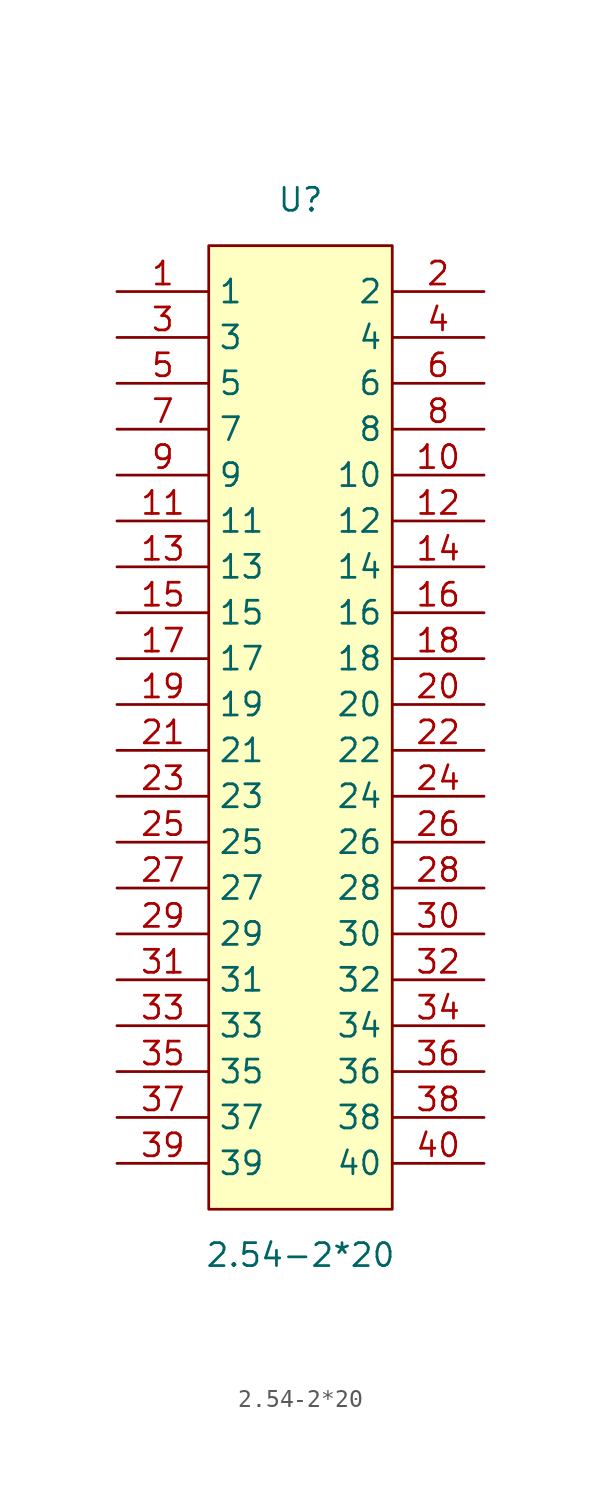
<source format=kicad_sym>
(kicad_symbol_lib
  (version 20211014)
  (generator https://github.com/uPesy/easyeda2kicad.py)
  (symbol "2.54-2*20"
    (property "Reference" "U"
      (at 0 30.48 0)
      (effects (font (size 1.27 1.27))))
    (property "Value" "2.54-2*20"
      (at 0 -27.94 0)
      (effects (font (size 1.27 1.27))))
    (symbol "2.54-2*20_0_1"
      (rectangle (start -5.08 27.94) (end 5.08 -25.40) (stroke (width 0) (type default) (color 0 0 0 0)) (fill (type background)))
      (pin unspecified line (at 10.16 -22.86 180) (length 5.08) (name "40" (effects (font (size 1.27 1.27)))) (number "40" (effects (font (size 1.27 1.27)))))
      (pin unspecified line (at -10.16 -22.86 0) (length 5.08) (name "39" (effects (font (size 1.27 1.27)))) (number "39" (effects (font (size 1.27 1.27)))))
      (pin unspecified line (at 10.16 -20.32 180) (length 5.08) (name "38" (effects (font (size 1.27 1.27)))) (number "38" (effects (font (size 1.27 1.27)))))
      (pin unspecified line (at -10.16 -20.32 0) (length 5.08) (name "37" (effects (font (size 1.27 1.27)))) (number "37" (effects (font (size 1.27 1.27)))))
      (pin unspecified line (at 10.16 -17.78 180) (length 5.08) (name "36" (effects (font (size 1.27 1.27)))) (number "36" (effects (font (size 1.27 1.27)))))
      (pin unspecified line (at -10.16 -17.78 0) (length 5.08) (name "35" (effects (font (size 1.27 1.27)))) (number "35" (effects (font (size 1.27 1.27)))))
      (pin unspecified line (at 10.16 -15.24 180) (length 5.08) (name "34" (effects (font (size 1.27 1.27)))) (number "34" (effects (font (size 1.27 1.27)))))
      (pin unspecified line (at -10.16 -15.24 0) (length 5.08) (name "33" (effects (font (size 1.27 1.27)))) (number "33" (effects (font (size 1.27 1.27)))))
      (pin unspecified line (at 10.16 -12.70 180) (length 5.08) (name "32" (effects (font (size 1.27 1.27)))) (number "32" (effects (font (size 1.27 1.27)))))
      (pin unspecified line (at -10.16 -12.70 0) (length 5.08) (name "31" (effects (font (size 1.27 1.27)))) (number "31" (effects (font (size 1.27 1.27)))))
      (pin unspecified line (at 10.16 -10.16 180) (length 5.08) (name "30" (effects (font (size 1.27 1.27)))) (number "30" (effects (font (size 1.27 1.27)))))
      (pin unspecified line (at -10.16 -10.16 0) (length 5.08) (name "29" (effects (font (size 1.27 1.27)))) (number "29" (effects (font (size 1.27 1.27)))))
      (pin unspecified line (at 10.16 -7.62 180) (length 5.08) (name "28" (effects (font (size 1.27 1.27)))) (number "28" (effects (font (size 1.27 1.27)))))
      (pin unspecified line (at -10.16 -7.62 0) (length 5.08) (name "27" (effects (font (size 1.27 1.27)))) (number "27" (effects (font (size 1.27 1.27)))))
      (pin unspecified line (at 10.16 -5.08 180) (length 5.08) (name "26" (effects (font (size 1.27 1.27)))) (number "26" (effects (font (size 1.27 1.27)))))
      (pin unspecified line (at -10.16 -5.08 0) (length 5.08) (name "25" (effects (font (size 1.27 1.27)))) (number "25" (effects (font (size 1.27 1.27)))))
      (pin unspecified line (at 10.16 -2.54 180) (length 5.08) (name "24" (effects (font (size 1.27 1.27)))) (number "24" (effects (font (size 1.27 1.27)))))
      (pin unspecified line (at -10.16 -2.54 0) (length 5.08) (name "23" (effects (font (size 1.27 1.27)))) (number "23" (effects (font (size 1.27 1.27)))))
      (pin unspecified line (at 10.16 -0.00 180) (length 5.08) (name "22" (effects (font (size 1.27 1.27)))) (number "22" (effects (font (size 1.27 1.27)))))
      (pin unspecified line (at -10.16 -0.00 0) (length 5.08) (name "21" (effects (font (size 1.27 1.27)))) (number "21" (effects (font (size 1.27 1.27)))))
      (pin unspecified line (at 10.16 2.54 180) (length 5.08) (name "20" (effects (font (size 1.27 1.27)))) (number "20" (effects (font (size 1.27 1.27)))))
      (pin unspecified line (at -10.16 2.54 0) (length 5.08) (name "19" (effects (font (size 1.27 1.27)))) (number "19" (effects (font (size 1.27 1.27)))))
      (pin unspecified line (at 10.16 5.08 180) (length 5.08) (name "18" (effects (font (size 1.27 1.27)))) (number "18" (effects (font (size 1.27 1.27)))))
      (pin unspecified line (at -10.16 5.08 0) (length 5.08) (name "17" (effects (font (size 1.27 1.27)))) (number "17" (effects (font (size 1.27 1.27)))))
      (pin unspecified line (at 10.16 7.62 180) (length 5.08) (name "16" (effects (font (size 1.27 1.27)))) (number "16" (effects (font (size 1.27 1.27)))))
      (pin unspecified line (at -10.16 7.62 0) (length 5.08) (name "15" (effects (font (size 1.27 1.27)))) (number "15" (effects (font (size 1.27 1.27)))))
      (pin unspecified line (at 10.16 10.16 180) (length 5.08) (name "14" (effects (font (size 1.27 1.27)))) (number "14" (effects (font (size 1.27 1.27)))))
      (pin unspecified line (at -10.16 10.16 0) (length 5.08) (name "13" (effects (font (size 1.27 1.27)))) (number "13" (effects (font (size 1.27 1.27)))))
      (pin unspecified line (at 10.16 12.70 180) (length 5.08) (name "12" (effects (font (size 1.27 1.27)))) (number "12" (effects (font (size 1.27 1.27)))))
      (pin unspecified line (at -10.16 12.70 0) (length 5.08) (name "11" (effects (font (size 1.27 1.27)))) (number "11" (effects (font (size 1.27 1.27)))))
      (pin unspecified line (at 10.16 15.24 180) (length 5.08) (name "10" (effects (font (size 1.27 1.27)))) (number "10" (effects (font (size 1.27 1.27)))))
      (pin unspecified line (at -10.16 15.24 0) (length 5.08) (name "9" (effects (font (size 1.27 1.27)))) (number "9" (effects (font (size 1.27 1.27)))))
      (pin unspecified line (at 10.16 17.78 180) (length 5.08) (name "8" (effects (font (size 1.27 1.27)))) (number "8" (effects (font (size 1.27 1.27)))))
      (pin unspecified line (at -10.16 17.78 0) (length 5.08) (name "7" (effects (font (size 1.27 1.27)))) (number "7" (effects (font (size 1.27 1.27)))))
      (pin unspecified line (at 10.16 20.32 180) (length 5.08) (name "6" (effects (font (size 1.27 1.27)))) (number "6" (effects (font (size 1.27 1.27)))))
      (pin unspecified line (at -10.16 20.32 0) (length 5.08) (name "5" (effects (font (size 1.27 1.27)))) (number "5" (effects (font (size 1.27 1.27)))))
      (pin unspecified line (at 10.16 22.86 180) (length 5.08) (name "4" (effects (font (size 1.27 1.27)))) (number "4" (effects (font (size 1.27 1.27)))))
      (pin unspecified line (at -10.16 22.86 0) (length 5.08) (name "3" (effects (font (size 1.27 1.27)))) (number "3" (effects (font (size 1.27 1.27)))))
      (pin unspecified line (at 10.16 25.40 180) (length 5.08) (name "2" (effects (font (size 1.27 1.27)))) (number "2" (effects (font (size 1.27 1.27)))))
      (pin unspecified line (at -10.16 25.40 0) (length 5.08) (name "1" (effects (font (size 1.27 1.27)))) (number "1" (effects (font (size 1.27 1.27))))))))
</source>
